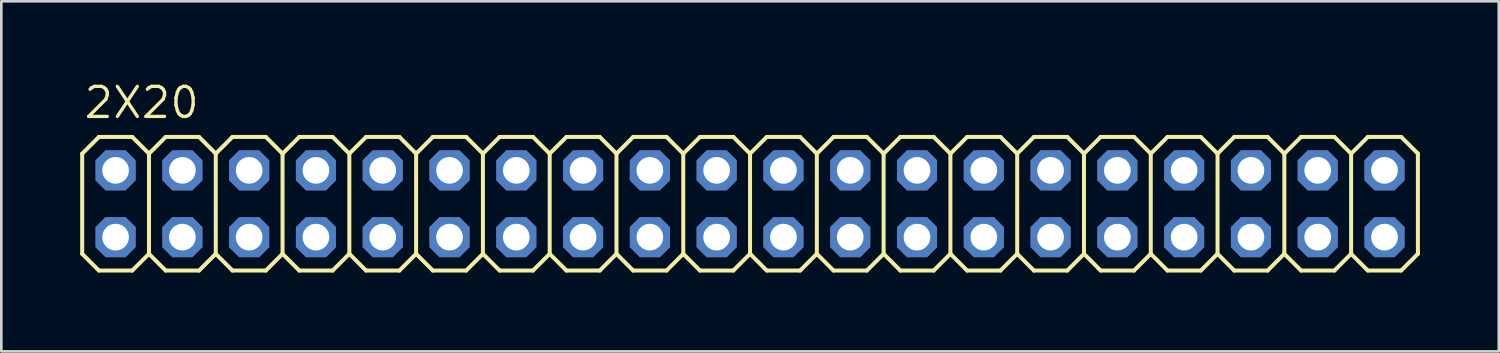
<source format=kicad_pcb>
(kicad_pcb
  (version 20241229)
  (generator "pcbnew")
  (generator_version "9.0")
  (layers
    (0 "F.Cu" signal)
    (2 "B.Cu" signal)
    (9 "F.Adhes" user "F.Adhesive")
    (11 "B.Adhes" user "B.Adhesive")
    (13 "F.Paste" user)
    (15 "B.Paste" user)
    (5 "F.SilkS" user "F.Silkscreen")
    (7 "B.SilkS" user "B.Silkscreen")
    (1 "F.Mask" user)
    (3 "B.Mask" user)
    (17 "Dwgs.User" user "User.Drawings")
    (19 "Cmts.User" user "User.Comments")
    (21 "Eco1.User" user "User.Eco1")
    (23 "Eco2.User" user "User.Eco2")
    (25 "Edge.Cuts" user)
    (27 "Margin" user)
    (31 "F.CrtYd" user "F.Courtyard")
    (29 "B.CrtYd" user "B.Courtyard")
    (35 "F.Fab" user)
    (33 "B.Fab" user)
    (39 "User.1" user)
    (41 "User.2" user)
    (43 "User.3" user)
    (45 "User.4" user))
  (footprint "2X20"
    (layer "F.Cu")
    (at 25.476 4.699)
    (property "Reference" "2X20" (at -25.4 -3.175 0) (layer "F.SilkS") (effects (font (size 1.143 1.143) (thickness 0.127)) (justify left bottom)))
    (fp_line (start -25.4 -1.905) (end -24.765 -2.54) (stroke (width 0.152) (type solid)) (layer "F.SilkS"))
    (fp_line (start -25.4 1.905) (end -25.4 -1.905) (stroke (width 0.152) (type solid)) (layer "F.SilkS"))
    (fp_line (start -25.4 1.905) (end -24.765 2.54) (stroke (width 0.152) (type solid)) (layer "F.SilkS"))
    (fp_line (start -24.765 -2.54) (end -23.495 -2.54) (stroke (width 0.152) (type solid)) (layer "F.SilkS"))
    (fp_line (start -24.765 2.54) (end -23.495 2.54) (stroke (width 0.152) (type solid)) (layer "F.SilkS"))
    (fp_line (start -23.495 -2.54) (end -22.86 -1.905) (stroke (width 0.152) (type solid)) (layer "F.SilkS"))
    (fp_line (start -23.495 2.54) (end -22.86 1.905) (stroke (width 0.152) (type solid)) (layer "F.SilkS"))
    (fp_line (start -22.86 -1.905) (end -22.86 1.905) (stroke (width 0.152) (type solid)) (layer "F.SilkS"))
    (fp_line (start -22.86 -1.905) (end -22.225 -2.54) (stroke (width 0.152) (type solid)) (layer "F.SilkS"))
    (fp_line (start -22.86 1.905) (end -22.225 2.54) (stroke (width 0.152) (type solid)) (layer "F.SilkS"))
    (fp_line (start -22.225 -2.54) (end -20.955 -2.54) (stroke (width 0.152) (type solid)) (layer "F.SilkS"))
    (fp_line (start -22.225 2.54) (end -20.955 2.54) (stroke (width 0.152) (type solid)) (layer "F.SilkS"))
    (fp_line (start -20.955 -2.54) (end -20.32 -1.905) (stroke (width 0.152) (type solid)) (layer "F.SilkS"))
    (fp_line (start -20.955 2.54) (end -20.32 1.905) (stroke (width 0.152) (type solid)) (layer "F.SilkS"))
    (fp_line (start -20.32 -1.905) (end -20.32 1.905) (stroke (width 0.152) (type solid)) (layer "F.SilkS"))
    (fp_line (start -20.32 -1.905) (end -19.685 -2.54) (stroke (width 0.152) (type solid)) (layer "F.SilkS"))
    (fp_line (start -20.32 1.905) (end -19.685 2.54) (stroke (width 0.152) (type solid)) (layer "F.SilkS"))
    (fp_line (start -19.685 -2.54) (end -18.415 -2.54) (stroke (width 0.152) (type solid)) (layer "F.SilkS"))
    (fp_line (start -19.685 2.54) (end -18.415 2.54) (stroke (width 0.152) (type solid)) (layer "F.SilkS"))
    (fp_line (start -18.415 -2.54) (end -17.78 -1.905) (stroke (width 0.152) (type solid)) (layer "F.SilkS"))
    (fp_line (start -18.415 2.54) (end -17.78 1.905) (stroke (width 0.152) (type solid)) (layer "F.SilkS"))
    (fp_line (start -17.78 -1.905) (end -17.78 1.905) (stroke (width 0.152) (type solid)) (layer "F.SilkS"))
    (fp_line (start -17.78 -1.905) (end -17.145 -2.54) (stroke (width 0.152) (type solid)) (layer "F.SilkS"))
    (fp_line (start -17.78 1.905) (end -17.145 2.54) (stroke (width 0.152) (type solid)) (layer "F.SilkS"))
    (fp_line (start -17.145 -2.54) (end -15.875 -2.54) (stroke (width 0.152) (type solid)) (layer "F.SilkS"))
    (fp_line (start -17.145 2.54) (end -15.875 2.54) (stroke (width 0.152) (type solid)) (layer "F.SilkS"))
    (fp_line (start -15.875 -2.54) (end -15.24 -1.905) (stroke (width 0.152) (type solid)) (layer "F.SilkS"))
    (fp_line (start -15.875 2.54) (end -15.24 1.905) (stroke (width 0.152) (type solid)) (layer "F.SilkS"))
    (fp_line (start -15.24 -1.905) (end -15.24 1.905) (stroke (width 0.152) (type solid)) (layer "F.SilkS"))
    (fp_line (start -15.24 -1.905) (end -14.605 -2.54) (stroke (width 0.152) (type solid)) (layer "F.SilkS"))
    (fp_line (start -15.24 1.905) (end -14.605 2.54) (stroke (width 0.152) (type solid)) (layer "F.SilkS"))
    (fp_line (start -14.605 -2.54) (end -13.335 -2.54) (stroke (width 0.152) (type solid)) (layer "F.SilkS"))
    (fp_line (start -14.605 2.54) (end -13.335 2.54) (stroke (width 0.152) (type solid)) (layer "F.SilkS"))
    (fp_line (start -13.335 -2.54) (end -12.7 -1.905) (stroke (width 0.152) (type solid)) (layer "F.SilkS"))
    (fp_line (start -13.335 2.54) (end -12.7 1.905) (stroke (width 0.152) (type solid)) (layer "F.SilkS"))
    (fp_line (start -12.7 -1.905) (end -12.7 1.905) (stroke (width 0.152) (type solid)) (layer "F.SilkS"))
    (fp_line (start -12.7 -1.905) (end -12.065 -2.54) (stroke (width 0.152) (type solid)) (layer "F.SilkS"))
    (fp_line (start -12.7 1.905) (end -12.065 2.54) (stroke (width 0.152) (type solid)) (layer "F.SilkS"))
    (fp_line (start -12.065 -2.54) (end -10.795 -2.54) (stroke (width 0.152) (type solid)) (layer "F.SilkS"))
    (fp_line (start -12.065 2.54) (end -10.795 2.54) (stroke (width 0.152) (type solid)) (layer "F.SilkS"))
    (fp_line (start -10.795 -2.54) (end -10.16 -1.905) (stroke (width 0.152) (type solid)) (layer "F.SilkS"))
    (fp_line (start -10.795 2.54) (end -10.16 1.905) (stroke (width 0.152) (type solid)) (layer "F.SilkS"))
    (fp_line (start -10.16 -1.905) (end -10.16 1.905) (stroke (width 0.152) (type solid)) (layer "F.SilkS"))
    (fp_line (start -10.16 -1.905) (end -9.525 -2.54) (stroke (width 0.152) (type solid)) (layer "F.SilkS"))
    (fp_line (start -10.16 1.905) (end -9.525 2.54) (stroke (width 0.152) (type solid)) (layer "F.SilkS"))
    (fp_line (start -9.525 -2.54) (end -8.255 -2.54) (stroke (width 0.152) (type solid)) (layer "F.SilkS"))
    (fp_line (start -8.255 -2.54) (end -7.62 -1.905) (stroke (width 0.152) (type solid)) (layer "F.SilkS"))
    (fp_line (start -8.255 2.54) (end -9.525 2.54) (stroke (width 0.152) (type solid)) (layer "F.SilkS"))
    (fp_line (start -7.62 -1.905) (end -7.62 1.905) (stroke (width 0.152) (type solid)) (layer "F.SilkS"))
    (fp_line (start -7.62 -1.905) (end -6.985 -2.54) (stroke (width 0.152) (type solid)) (layer "F.SilkS"))
    (fp_line (start -7.62 1.905) (end -8.255 2.54) (stroke (width 0.152) (type solid)) (layer "F.SilkS"))
    (fp_line (start -7.62 1.905) (end -6.985 2.54) (stroke (width 0.152) (type solid)) (layer "F.SilkS"))
    (fp_line (start -6.985 -2.54) (end -5.715 -2.54) (stroke (width 0.152) (type solid)) (layer "F.SilkS"))
    (fp_line (start -5.715 -2.54) (end -5.08 -1.905) (stroke (width 0.152) (type solid)) (layer "F.SilkS"))
    (fp_line (start -5.715 2.54) (end -6.985 2.54) (stroke (width 0.152) (type solid)) (layer "F.SilkS"))
    (fp_line (start -5.08 -1.905) (end -5.08 1.905) (stroke (width 0.152) (type solid)) (layer "F.SilkS"))
    (fp_line (start -5.08 -1.905) (end -4.445 -2.54) (stroke (width 0.152) (type solid)) (layer "F.SilkS"))
    (fp_line (start -5.08 1.905) (end -5.715 2.54) (stroke (width 0.152) (type solid)) (layer "F.SilkS"))
    (fp_line (start -5.08 1.905) (end -4.445 2.54) (stroke (width 0.152) (type solid)) (layer "F.SilkS"))
    (fp_line (start -4.445 -2.54) (end -3.175 -2.54) (stroke (width 0.152) (type solid)) (layer "F.SilkS"))
    (fp_line (start -3.175 -2.54) (end -2.54 -1.905) (stroke (width 0.152) (type solid)) (layer "F.SilkS"))
    (fp_line (start -3.175 2.54) (end -4.445 2.54) (stroke (width 0.152) (type solid)) (layer "F.SilkS"))
    (fp_line (start -2.54 -1.905) (end -2.54 1.905) (stroke (width 0.152) (type solid)) (layer "F.SilkS"))
    (fp_line (start -2.54 -1.905) (end -1.905 -2.54) (stroke (width 0.152) (type solid)) (layer "F.SilkS"))
    (fp_line (start -2.54 1.905) (end -3.175 2.54) (stroke (width 0.152) (type solid)) (layer "F.SilkS"))
    (fp_line (start -2.54 1.905) (end -1.905 2.54) (stroke (width 0.152) (type solid)) (layer "F.SilkS"))
    (fp_line (start -1.905 -2.54) (end -0.635 -2.54) (stroke (width 0.152) (type solid)) (layer "F.SilkS"))
    (fp_line (start -0.635 -2.54) (end 0 -1.905) (stroke (width 0.152) (type solid)) (layer "F.SilkS"))
    (fp_line (start -0.635 2.54) (end -1.905 2.54) (stroke (width 0.152) (type solid)) (layer "F.SilkS"))
    (fp_line (start 0 -1.905) (end 0 1.905) (stroke (width 0.152) (type solid)) (layer "F.SilkS"))
    (fp_line (start 0 -1.905) (end 0.635 -2.54) (stroke (width 0.152) (type solid)) (layer "F.SilkS"))
    (fp_line (start 0 1.905) (end -0.635 2.54) (stroke (width 0.152) (type solid)) (layer "F.SilkS"))
    (fp_line (start 0 1.905) (end 0.635 2.54) (stroke (width 0.152) (type solid)) (layer "F.SilkS"))
    (fp_line (start 0.635 -2.54) (end 1.905 -2.54) (stroke (width 0.152) (type solid)) (layer "F.SilkS"))
    (fp_line (start 1.905 -2.54) (end 2.54 -1.905) (stroke (width 0.152) (type solid)) (layer "F.SilkS"))
    (fp_line (start 1.905 2.54) (end 0.635 2.54) (stroke (width 0.152) (type solid)) (layer "F.SilkS"))
    (fp_line (start 2.54 -1.905) (end 2.54 1.905) (stroke (width 0.152) (type solid)) (layer "F.SilkS"))
    (fp_line (start 2.54 -1.905) (end 3.175 -2.54) (stroke (width 0.152) (type solid)) (layer "F.SilkS"))
    (fp_line (start 2.54 1.905) (end 1.905 2.54) (stroke (width 0.152) (type solid)) (layer "F.SilkS"))
    (fp_line (start 2.54 1.905) (end 3.175 2.54) (stroke (width 0.152) (type solid)) (layer "F.SilkS"))
    (fp_line (start 3.175 -2.54) (end 4.445 -2.54) (stroke (width 0.152) (type solid)) (layer "F.SilkS"))
    (fp_line (start 4.445 2.54) (end 3.175 2.54) (stroke (width 0.152) (type solid)) (layer "F.SilkS"))
    (fp_line (start 5.08 -1.905) (end 4.445 -2.54) (stroke (width 0.152) (type solid)) (layer "F.SilkS"))
    (fp_line (start 5.08 -1.905) (end 5.08 1.905) (stroke (width 0.152) (type solid)) (layer "F.SilkS"))
    (fp_line (start 5.08 -1.905) (end 5.715 -2.54) (stroke (width 0.152) (type solid)) (layer "F.SilkS"))
    (fp_line (start 5.08 1.905) (end 4.445 2.54) (stroke (width 0.152) (type solid)) (layer "F.SilkS"))
    (fp_line (start 5.08 1.905) (end 5.715 2.54) (stroke (width 0.152) (type solid)) (layer "F.SilkS"))
    (fp_line (start 6.985 -2.54) (end 5.715 -2.54) (stroke (width 0.152) (type solid)) (layer "F.SilkS"))
    (fp_line (start 6.985 -2.54) (end 7.62 -1.905) (stroke (width 0.152) (type solid)) (layer "F.SilkS"))
    (fp_line (start 6.985 2.54) (end 5.715 2.54) (stroke (width 0.152) (type solid)) (layer "F.SilkS"))
    (fp_line (start 7.62 -1.905) (end 7.62 1.905) (stroke (width 0.152) (type solid)) (layer "F.SilkS"))
    (fp_line (start 7.62 -1.905) (end 8.255 -2.54) (stroke (width 0.152) (type solid)) (layer "F.SilkS"))
    (fp_line (start 7.62 1.905) (end 6.985 2.54) (stroke (width 0.152) (type solid)) (layer "F.SilkS"))
    (fp_line (start 7.62 1.905) (end 8.255 2.54) (stroke (width 0.152) (type solid)) (layer "F.SilkS"))
    (fp_line (start 9.525 -2.54) (end 8.255 -2.54) (stroke (width 0.152) (type solid)) (layer "F.SilkS"))
    (fp_line (start 9.525 -2.54) (end 10.16 -1.905) (stroke (width 0.152) (type solid)) (layer "F.SilkS"))
    (fp_line (start 9.525 2.54) (end 8.255 2.54) (stroke (width 0.152) (type solid)) (layer "F.SilkS"))
    (fp_line (start 10.16 -1.905) (end 10.16 1.905) (stroke (width 0.152) (type solid)) (layer "F.SilkS"))
    (fp_line (start 10.16 -1.905) (end 10.795 -2.54) (stroke (width 0.152) (type solid)) (layer "F.SilkS"))
    (fp_line (start 10.16 1.905) (end 9.525 2.54) (stroke (width 0.152) (type solid)) (layer "F.SilkS"))
    (fp_line (start 10.795 2.54) (end 10.16 1.905) (stroke (width 0.152) (type solid)) (layer "F.SilkS"))
    (fp_line (start 10.795 2.54) (end 12.065 2.54) (stroke (width 0.152) (type solid)) (layer "F.SilkS"))
    (fp_line (start 12.065 -2.54) (end 10.795 -2.54) (stroke (width 0.152) (type solid)) (layer "F.SilkS"))
    (fp_line (start 12.065 -2.54) (end 12.7 -1.905) (stroke (width 0.152) (type solid)) (layer "F.SilkS"))
    (fp_line (start 12.7 -1.905) (end 12.7 1.905) (stroke (width 0.152) (type solid)) (layer "F.SilkS"))
    (fp_line (start 12.7 -1.905) (end 13.335 -2.54) (stroke (width 0.152) (type solid)) (layer "F.SilkS"))
    (fp_line (start 12.7 1.905) (end 12.065 2.54) (stroke (width 0.152) (type solid)) (layer "F.SilkS"))
    (fp_line (start 13.335 2.54) (end 12.7 1.905) (stroke (width 0.152) (type solid)) (layer "F.SilkS"))
    (fp_line (start 13.335 2.54) (end 14.605 2.54) (stroke (width 0.152) (type solid)) (layer "F.SilkS"))
    (fp_line (start 14.605 -2.54) (end 13.335 -2.54) (stroke (width 0.152) (type solid)) (layer "F.SilkS"))
    (fp_line (start 14.605 -2.54) (end 15.24 -1.905) (stroke (width 0.152) (type solid)) (layer "F.SilkS"))
    (fp_line (start 15.24 -1.905) (end 15.24 1.905) (stroke (width 0.152) (type solid)) (layer "F.SilkS"))
    (fp_line (start 15.24 -1.905) (end 15.875 -2.54) (stroke (width 0.152) (type solid)) (layer "F.SilkS"))
    (fp_line (start 15.24 1.905) (end 14.605 2.54) (stroke (width 0.152) (type solid)) (layer "F.SilkS"))
    (fp_line (start 15.24 1.905) (end 15.875 2.54) (stroke (width 0.152) (type solid)) (layer "F.SilkS"))
    (fp_line (start 17.145 -2.54) (end 15.875 -2.54) (stroke (width 0.152) (type solid)) (layer "F.SilkS"))
    (fp_line (start 17.145 -2.54) (end 17.78 -1.905) (stroke (width 0.152) (type solid)) (layer "F.SilkS"))
    (fp_line (start 17.145 2.54) (end 15.875 2.54) (stroke (width 0.152) (type solid)) (layer "F.SilkS"))
    (fp_line (start 17.78 -1.905) (end 17.78 1.905) (stroke (width 0.152) (type solid)) (layer "F.SilkS"))
    (fp_line (start 17.78 -1.905) (end 18.415 -2.54) (stroke (width 0.152) (type solid)) (layer "F.SilkS"))
    (fp_line (start 17.78 1.905) (end 17.145 2.54) (stroke (width 0.152) (type solid)) (layer "F.SilkS"))
    (fp_line (start 17.78 1.905) (end 18.415 2.54) (stroke (width 0.152) (type solid)) (layer "F.SilkS"))
    (fp_line (start 19.685 -2.54) (end 18.415 -2.54) (stroke (width 0.152) (type solid)) (layer "F.SilkS"))
    (fp_line (start 19.685 -2.54) (end 20.32 -1.905) (stroke (width 0.152) (type solid)) (layer "F.SilkS"))
    (fp_line (start 19.685 2.54) (end 18.415 2.54) (stroke (width 0.152) (type solid)) (layer "F.SilkS"))
    (fp_line (start 20.32 -1.905) (end 20.32 1.905) (stroke (width 0.152) (type solid)) (layer "F.SilkS"))
    (fp_line (start 20.32 -1.905) (end 20.955 -2.54) (stroke (width 0.152) (type solid)) (layer "F.SilkS"))
    (fp_line (start 20.32 1.905) (end 19.685 2.54) (stroke (width 0.152) (type solid)) (layer "F.SilkS"))
    (fp_line (start 20.32 1.905) (end 20.955 2.54) (stroke (width 0.152) (type solid)) (layer "F.SilkS"))
    (fp_line (start 22.225 -2.54) (end 20.955 -2.54) (stroke (width 0.152) (type solid)) (layer "F.SilkS"))
    (fp_line (start 22.225 -2.54) (end 22.86 -1.905) (stroke (width 0.152) (type solid)) (layer "F.SilkS"))
    (fp_line (start 22.225 2.54) (end 20.955 2.54) (stroke (width 0.152) (type solid)) (layer "F.SilkS"))
    (fp_line (start 22.86 -1.905) (end 22.86 1.905) (stroke (width 0.152) (type solid)) (layer "F.SilkS"))
    (fp_line (start 22.86 -1.905) (end 23.495 -2.54) (stroke (width 0.152) (type solid)) (layer "F.SilkS"))
    (fp_line (start 22.86 1.905) (end 22.225 2.54) (stroke (width 0.152) (type solid)) (layer "F.SilkS"))
    (fp_line (start 22.86 1.905) (end 23.495 2.54) (stroke (width 0.152) (type solid)) (layer "F.SilkS"))
    (fp_line (start 24.765 -2.54) (end 23.495 -2.54) (stroke (width 0.152) (type solid)) (layer "F.SilkS"))
    (fp_line (start 24.765 -2.54) (end 25.4 -1.905) (stroke (width 0.152) (type solid)) (layer "F.SilkS"))
    (fp_line (start 24.765 2.54) (end 23.495 2.54) (stroke (width 0.152) (type solid)) (layer "F.SilkS"))
    (fp_line (start 25.4 -1.905) (end 25.4 1.905) (stroke (width 0.152) (type solid)) (layer "F.SilkS"))
    (fp_line (start 25.4 1.905) (end 24.765 2.54) (stroke (width 0.152) (type solid)) (layer "F.SilkS"))
    (fp_poly (pts (xy -24.384 -1.016) (xy -23.876 -1.016) (xy -23.876 -1.524) (xy -24.384 -1.524)) (stroke (width 0.1) (type solid)) (fill no) (layer "F.Fab"))
    (fp_poly (pts (xy -24.384 1.524) (xy -23.876 1.524) (xy -23.876 1.016) (xy -24.384 1.016)) (stroke (width 0.1) (type solid)) (fill no) (layer "F.Fab"))
    (fp_poly (pts (xy -21.844 -1.016) (xy -21.336 -1.016) (xy -21.336 -1.524) (xy -21.844 -1.524)) (stroke (width 0.1) (type solid)) (fill no) (layer "F.Fab"))
    (fp_poly (pts (xy -21.844 1.524) (xy -21.336 1.524) (xy -21.336 1.016) (xy -21.844 1.016)) (stroke (width 0.1) (type solid)) (fill no) (layer "F.Fab"))
    (fp_poly (pts (xy -19.304 -1.016) (xy -18.796 -1.016) (xy -18.796 -1.524) (xy -19.304 -1.524)) (stroke (width 0.1) (type solid)) (fill no) (layer "F.Fab"))
    (fp_poly (pts (xy -19.304 1.524) (xy -18.796 1.524) (xy -18.796 1.016) (xy -19.304 1.016)) (stroke (width 0.1) (type solid)) (fill no) (layer "F.Fab"))
    (fp_poly (pts (xy -16.764 -1.016) (xy -16.256 -1.016) (xy -16.256 -1.524) (xy -16.764 -1.524)) (stroke (width 0.1) (type solid)) (fill no) (layer "F.Fab"))
    (fp_poly (pts (xy -16.764 1.524) (xy -16.256 1.524) (xy -16.256 1.016) (xy -16.764 1.016)) (stroke (width 0.1) (type solid)) (fill no) (layer "F.Fab"))
    (fp_poly (pts (xy -14.224 -1.016) (xy -13.716 -1.016) (xy -13.716 -1.524) (xy -14.224 -1.524)) (stroke (width 0.1) (type solid)) (fill no) (layer "F.Fab"))
    (fp_poly (pts (xy -14.224 1.524) (xy -13.716 1.524) (xy -13.716 1.016) (xy -14.224 1.016)) (stroke (width 0.1) (type solid)) (fill no) (layer "F.Fab"))
    (fp_poly (pts (xy -11.684 -1.016) (xy -11.176 -1.016) (xy -11.176 -1.524) (xy -11.684 -1.524)) (stroke (width 0.1) (type solid)) (fill no) (layer "F.Fab"))
    (fp_poly (pts (xy -11.684 1.524) (xy -11.176 1.524) (xy -11.176 1.016) (xy -11.684 1.016)) (stroke (width 0.1) (type solid)) (fill no) (layer "F.Fab"))
    (fp_poly (pts (xy -9.144 -1.016) (xy -8.636 -1.016) (xy -8.636 -1.524) (xy -9.144 -1.524)) (stroke (width 0.1) (type solid)) (fill no) (layer "F.Fab"))
    (fp_poly (pts (xy -9.144 1.524) (xy -8.636 1.524) (xy -8.636 1.016) (xy -9.144 1.016)) (stroke (width 0.1) (type solid)) (fill no) (layer "F.Fab"))
    (fp_poly (pts (xy -6.604 -1.016) (xy -6.096 -1.016) (xy -6.096 -1.524) (xy -6.604 -1.524)) (stroke (width 0.1) (type solid)) (fill no) (layer "F.Fab"))
    (fp_poly (pts (xy -6.604 1.524) (xy -6.096 1.524) (xy -6.096 1.016) (xy -6.604 1.016)) (stroke (width 0.1) (type solid)) (fill no) (layer "F.Fab"))
    (fp_poly (pts (xy -4.064 -1.016) (xy -3.556 -1.016) (xy -3.556 -1.524) (xy -4.064 -1.524)) (stroke (width 0.1) (type solid)) (fill no) (layer "F.Fab"))
    (fp_poly (pts (xy -4.064 1.524) (xy -3.556 1.524) (xy -3.556 1.016) (xy -4.064 1.016)) (stroke (width 0.1) (type solid)) (fill no) (layer "F.Fab"))
    (fp_poly (pts (xy -1.524 -1.016) (xy -1.016 -1.016) (xy -1.016 -1.524) (xy -1.524 -1.524)) (stroke (width 0.1) (type solid)) (fill no) (layer "F.Fab"))
    (fp_poly (pts (xy -1.524 1.524) (xy -1.016 1.524) (xy -1.016 1.016) (xy -1.524 1.016)) (stroke (width 0.1) (type solid)) (fill no) (layer "F.Fab"))
    (fp_poly (pts (xy 1.016 -1.016) (xy 1.524 -1.016) (xy 1.524 -1.524) (xy 1.016 -1.524)) (stroke (width 0.1) (type solid)) (fill no) (layer "F.Fab"))
    (fp_poly (pts (xy 1.016 1.524) (xy 1.524 1.524) (xy 1.524 1.016) (xy 1.016 1.016)) (stroke (width 0.1) (type solid)) (fill no) (layer "F.Fab"))
    (fp_poly (pts (xy 3.556 -1.016) (xy 4.064 -1.016) (xy 4.064 -1.524) (xy 3.556 -1.524)) (stroke (width 0.1) (type solid)) (fill no) (layer "F.Fab"))
    (fp_poly (pts (xy 3.556 1.524) (xy 4.064 1.524) (xy 4.064 1.016) (xy 3.556 1.016)) (stroke (width 0.1) (type solid)) (fill no) (layer "F.Fab"))
    (fp_poly (pts (xy 6.096 -1.016) (xy 6.604 -1.016) (xy 6.604 -1.524) (xy 6.096 -1.524)) (stroke (width 0.1) (type solid)) (fill no) (layer "F.Fab"))
    (fp_poly (pts (xy 6.096 1.524) (xy 6.604 1.524) (xy 6.604 1.016) (xy 6.096 1.016)) (stroke (width 0.1) (type solid)) (fill no) (layer "F.Fab"))
    (fp_poly (pts (xy 8.636 -1.016) (xy 9.144 -1.016) (xy 9.144 -1.524) (xy 8.636 -1.524)) (stroke (width 0.1) (type solid)) (fill no) (layer "F.Fab"))
    (fp_poly (pts (xy 8.636 1.524) (xy 9.144 1.524) (xy 9.144 1.016) (xy 8.636 1.016)) (stroke (width 0.1) (type solid)) (fill no) (layer "F.Fab"))
    (fp_poly (pts (xy 11.176 -1.016) (xy 11.684 -1.016) (xy 11.684 -1.524) (xy 11.176 -1.524)) (stroke (width 0.1) (type solid)) (fill no) (layer "F.Fab"))
    (fp_poly (pts (xy 11.176 1.524) (xy 11.684 1.524) (xy 11.684 1.016) (xy 11.176 1.016)) (stroke (width 0.1) (type solid)) (fill no) (layer "F.Fab"))
    (fp_poly (pts (xy 13.716 -1.016) (xy 14.224 -1.016) (xy 14.224 -1.524) (xy 13.716 -1.524)) (stroke (width 0.1) (type solid)) (fill no) (layer "F.Fab"))
    (fp_poly (pts (xy 13.716 1.524) (xy 14.224 1.524) (xy 14.224 1.016) (xy 13.716 1.016)) (stroke (width 0.1) (type solid)) (fill no) (layer "F.Fab"))
    (fp_poly (pts (xy 16.256 -1.016) (xy 16.764 -1.016) (xy 16.764 -1.524) (xy 16.256 -1.524)) (stroke (width 0.1) (type solid)) (fill no) (layer "F.Fab"))
    (fp_poly (pts (xy 16.256 1.524) (xy 16.764 1.524) (xy 16.764 1.016) (xy 16.256 1.016)) (stroke (width 0.1) (type solid)) (fill no) (layer "F.Fab"))
    (fp_poly (pts (xy 18.796 -1.016) (xy 19.304 -1.016) (xy 19.304 -1.524) (xy 18.796 -1.524)) (stroke (width 0.1) (type solid)) (fill no) (layer "F.Fab"))
    (fp_poly (pts (xy 18.796 1.524) (xy 19.304 1.524) (xy 19.304 1.016) (xy 18.796 1.016)) (stroke (width 0.1) (type solid)) (fill no) (layer "F.Fab"))
    (fp_poly (pts (xy 21.336 -1.016) (xy 21.844 -1.016) (xy 21.844 -1.524) (xy 21.336 -1.524)) (stroke (width 0.1) (type solid)) (fill no) (layer "F.Fab"))
    (fp_poly (pts (xy 21.336 1.524) (xy 21.844 1.524) (xy 21.844 1.016) (xy 21.336 1.016)) (stroke (width 0.1) (type solid)) (fill no) (layer "F.Fab"))
    (fp_poly (pts (xy 23.876 -1.016) (xy 24.384 -1.016) (xy 24.384 -1.524) (xy 23.876 -1.524)) (stroke (width 0.1) (type solid)) (fill no) (layer "F.Fab"))
    (fp_poly (pts (xy 23.876 1.524) (xy 24.384 1.524) (xy 24.384 1.016) (xy 23.876 1.016)) (stroke (width 0.1) (type solid)) (fill no) (layer "F.Fab"))
    (pad "1" thru_hole roundrect (at -24.13 1.27) (size 1.524 1.524) (drill 1.016) (layers "*.Cu" "*.Mask") (roundrect_rratio 0.25) (chamfer_ratio 0.25) (chamfer top_left top_right bottom_left bottom_right))
    (pad "2" thru_hole roundrect (at -24.13 -1.27) (size 1.524 1.524) (drill 1.016) (layers "*.Cu" "*.Mask") (roundrect_rratio 0.25) (chamfer_ratio 0.25) (chamfer top_left top_right bottom_left bottom_right))
    (pad "3" thru_hole roundrect (at -21.59 1.27) (size 1.524 1.524) (drill 1.016) (layers "*.Cu" "*.Mask") (roundrect_rratio 0.25) (chamfer_ratio 0.25) (chamfer top_left top_right bottom_left bottom_right))
    (pad "4" thru_hole roundrect (at -21.59 -1.27) (size 1.524 1.524) (drill 1.016) (layers "*.Cu" "*.Mask") (roundrect_rratio 0.25) (chamfer_ratio 0.25) (chamfer top_left top_right bottom_left bottom_right))
    (pad "5" thru_hole roundrect (at -19.05 1.27) (size 1.524 1.524) (drill 1.016) (layers "*.Cu" "*.Mask") (roundrect_rratio 0.25) (chamfer_ratio 0.25) (chamfer top_left top_right bottom_left bottom_right))
    (pad "6" thru_hole roundrect (at -19.05 -1.27) (size 1.524 1.524) (drill 1.016) (layers "*.Cu" "*.Mask") (roundrect_rratio 0.25) (chamfer_ratio 0.25) (chamfer top_left top_right bottom_left bottom_right))
    (pad "7" thru_hole roundrect (at -16.51 1.27) (size 1.524 1.524) (drill 1.016) (layers "*.Cu" "*.Mask") (roundrect_rratio 0.25) (chamfer_ratio 0.25) (chamfer top_left top_right bottom_left bottom_right))
    (pad "8" thru_hole roundrect (at -16.51 -1.27) (size 1.524 1.524) (drill 1.016) (layers "*.Cu" "*.Mask") (roundrect_rratio 0.25) (chamfer_ratio 0.25) (chamfer top_left top_right bottom_left bottom_right))
    (pad "9" thru_hole roundrect (at -13.97 1.27) (size 1.524 1.524) (drill 1.016) (layers "*.Cu" "*.Mask") (roundrect_rratio 0.25) (chamfer_ratio 0.25) (chamfer top_left top_right bottom_left bottom_right))
    (pad "10" thru_hole roundrect (at -13.97 -1.27) (size 1.524 1.524) (drill 1.016) (layers "*.Cu" "*.Mask") (roundrect_rratio 0.25) (chamfer_ratio 0.25) (chamfer top_left top_right bottom_left bottom_right))
    (pad "11" thru_hole roundrect (at -11.43 1.27) (size 1.524 1.524) (drill 1.016) (layers "*.Cu" "*.Mask") (roundrect_rratio 0.25) (chamfer_ratio 0.25) (chamfer top_left top_right bottom_left bottom_right))
    (pad "12" thru_hole roundrect (at -11.43 -1.27) (size 1.524 1.524) (drill 1.016) (layers "*.Cu" "*.Mask") (roundrect_rratio 0.25) (chamfer_ratio 0.25) (chamfer top_left top_right bottom_left bottom_right))
    (pad "13" thru_hole roundrect (at -8.89 1.27) (size 1.524 1.524) (drill 1.016) (layers "*.Cu" "*.Mask") (roundrect_rratio 0.25) (chamfer_ratio 0.25) (chamfer top_left top_right bottom_left bottom_right))
    (pad "14" thru_hole roundrect (at -8.89 -1.27) (size 1.524 1.524) (drill 1.016) (layers "*.Cu" "*.Mask") (roundrect_rratio 0.25) (chamfer_ratio 0.25) (chamfer top_left top_right bottom_left bottom_right))
    (pad "15" thru_hole roundrect (at -6.35 1.27) (size 1.524 1.524) (drill 1.016) (layers "*.Cu" "*.Mask") (roundrect_rratio 0.25) (chamfer_ratio 0.25) (chamfer top_left top_right bottom_left bottom_right))
    (pad "16" thru_hole roundrect (at -6.35 -1.27) (size 1.524 1.524) (drill 1.016) (layers "*.Cu" "*.Mask") (roundrect_rratio 0.25) (chamfer_ratio 0.25) (chamfer top_left top_right bottom_left bottom_right))
    (pad "17" thru_hole roundrect (at -3.81 1.27) (size 1.524 1.524) (drill 1.016) (layers "*.Cu" "*.Mask") (roundrect_rratio 0.25) (chamfer_ratio 0.25) (chamfer top_left top_right bottom_left bottom_right))
    (pad "18" thru_hole roundrect (at -3.81 -1.27) (size 1.524 1.524) (drill 1.016) (layers "*.Cu" "*.Mask") (roundrect_rratio 0.25) (chamfer_ratio 0.25) (chamfer top_left top_right bottom_left bottom_right))
    (pad "19" thru_hole roundrect (at -1.27 1.27) (size 1.524 1.524) (drill 1.016) (layers "*.Cu" "*.Mask") (roundrect_rratio 0.25) (chamfer_ratio 0.25) (chamfer top_left top_right bottom_left bottom_right))
    (pad "20" thru_hole roundrect (at -1.27 -1.27) (size 1.524 1.524) (drill 1.016) (layers "*.Cu" "*.Mask") (roundrect_rratio 0.25) (chamfer_ratio 0.25) (chamfer top_left top_right bottom_left bottom_right))
    (pad "21" thru_hole roundrect (at 1.27 1.27) (size 1.524 1.524) (drill 1.016) (layers "*.Cu" "*.Mask") (roundrect_rratio 0.25) (chamfer_ratio 0.25) (chamfer top_left top_right bottom_left bottom_right))
    (pad "22" thru_hole roundrect (at 1.27 -1.27) (size 1.524 1.524) (drill 1.016) (layers "*.Cu" "*.Mask") (roundrect_rratio 0.25) (chamfer_ratio 0.25) (chamfer top_left top_right bottom_left bottom_right))
    (pad "23" thru_hole roundrect (at 3.81 1.27) (size 1.524 1.524) (drill 1.016) (layers "*.Cu" "*.Mask") (roundrect_rratio 0.25) (chamfer_ratio 0.25) (chamfer top_left top_right bottom_left bottom_right))
    (pad "24" thru_hole roundrect (at 3.81 -1.27) (size 1.524 1.524) (drill 1.016) (layers "*.Cu" "*.Mask") (roundrect_rratio 0.25) (chamfer_ratio 0.25) (chamfer top_left top_right bottom_left bottom_right))
    (pad "25" thru_hole roundrect (at 6.35 1.27) (size 1.524 1.524) (drill 1.016) (layers "*.Cu" "*.Mask") (roundrect_rratio 0.25) (chamfer_ratio 0.25) (chamfer top_left top_right bottom_left bottom_right))
    (pad "26" thru_hole roundrect (at 6.35 -1.27) (size 1.524 1.524) (drill 1.016) (layers "*.Cu" "*.Mask") (roundrect_rratio 0.25) (chamfer_ratio 0.25) (chamfer top_left top_right bottom_left bottom_right))
    (pad "27" thru_hole roundrect (at 8.89 1.27) (size 1.524 1.524) (drill 1.016) (layers "*.Cu" "*.Mask") (roundrect_rratio 0.25) (chamfer_ratio 0.25) (chamfer top_left top_right bottom_left bottom_right))
    (pad "28" thru_hole roundrect (at 8.89 -1.27) (size 1.524 1.524) (drill 1.016) (layers "*.Cu" "*.Mask") (roundrect_rratio 0.25) (chamfer_ratio 0.25) (chamfer top_left top_right bottom_left bottom_right))
    (pad "29" thru_hole roundrect (at 11.43 1.27) (size 1.524 1.524) (drill 1.016) (layers "*.Cu" "*.Mask") (roundrect_rratio 0.25) (chamfer_ratio 0.25) (chamfer top_left top_right bottom_left bottom_right))
    (pad "30" thru_hole roundrect (at 11.43 -1.27) (size 1.524 1.524) (drill 1.016) (layers "*.Cu" "*.Mask") (roundrect_rratio 0.25) (chamfer_ratio 0.25) (chamfer top_left top_right bottom_left bottom_right))
    (pad "31" thru_hole roundrect (at 13.97 1.27) (size 1.524 1.524) (drill 1.016) (layers "*.Cu" "*.Mask") (roundrect_rratio 0.25) (chamfer_ratio 0.25) (chamfer top_left top_right bottom_left bottom_right))
    (pad "32" thru_hole roundrect (at 13.97 -1.27) (size 1.524 1.524) (drill 1.016) (layers "*.Cu" "*.Mask") (roundrect_rratio 0.25) (chamfer_ratio 0.25) (chamfer top_left top_right bottom_left bottom_right))
    (pad "33" thru_hole roundrect (at 16.51 1.27) (size 1.524 1.524) (drill 1.016) (layers "*.Cu" "*.Mask") (roundrect_rratio 0.25) (chamfer_ratio 0.25) (chamfer top_left top_right bottom_left bottom_right))
    (pad "34" thru_hole roundrect (at 16.51 -1.27) (size 1.524 1.524) (drill 1.016) (layers "*.Cu" "*.Mask") (roundrect_rratio 0.25) (chamfer_ratio 0.25) (chamfer top_left top_right bottom_left bottom_right))
    (pad "35" thru_hole roundrect (at 19.05 1.27) (size 1.524 1.524) (drill 1.016) (layers "*.Cu" "*.Mask") (roundrect_rratio 0.25) (chamfer_ratio 0.25) (chamfer top_left top_right bottom_left bottom_right))
    (pad "36" thru_hole roundrect (at 19.05 -1.27) (size 1.524 1.524) (drill 1.016) (layers "*.Cu" "*.Mask") (roundrect_rratio 0.25) (chamfer_ratio 0.25) (chamfer top_left top_right bottom_left bottom_right))
    (pad "37" thru_hole roundrect (at 21.59 1.27) (size 1.524 1.524) (drill 1.016) (layers "*.Cu" "*.Mask") (roundrect_rratio 0.25) (chamfer_ratio 0.25) (chamfer top_left top_right bottom_left bottom_right))
    (pad "38" thru_hole roundrect (at 21.59 -1.27) (size 1.524 1.524) (drill 1.016) (layers "*.Cu" "*.Mask") (roundrect_rratio 0.25) (chamfer_ratio 0.25) (chamfer top_left top_right bottom_left bottom_right))
    (pad "39" thru_hole roundrect (at 24.13 1.27) (size 1.524 1.524) (drill 1.016) (layers "*.Cu" "*.Mask") (roundrect_rratio 0.25) (chamfer_ratio 0.25) (chamfer top_left top_right bottom_left bottom_right))
    (pad "40" thru_hole roundrect (at 24.13 -1.27) (size 1.524 1.524) (drill 1.016) (layers "*.Cu" "*.Mask") (roundrect_rratio 0.25) (chamfer_ratio 0.25) (chamfer top_left top_right bottom_left bottom_right)))
  (gr_rect
    (start -3 -3)
    (end 53.952 10.315)
    (stroke (width 0.1) (type default))
    (fill no)
    (layer "Edge.Cuts")))
</source>
